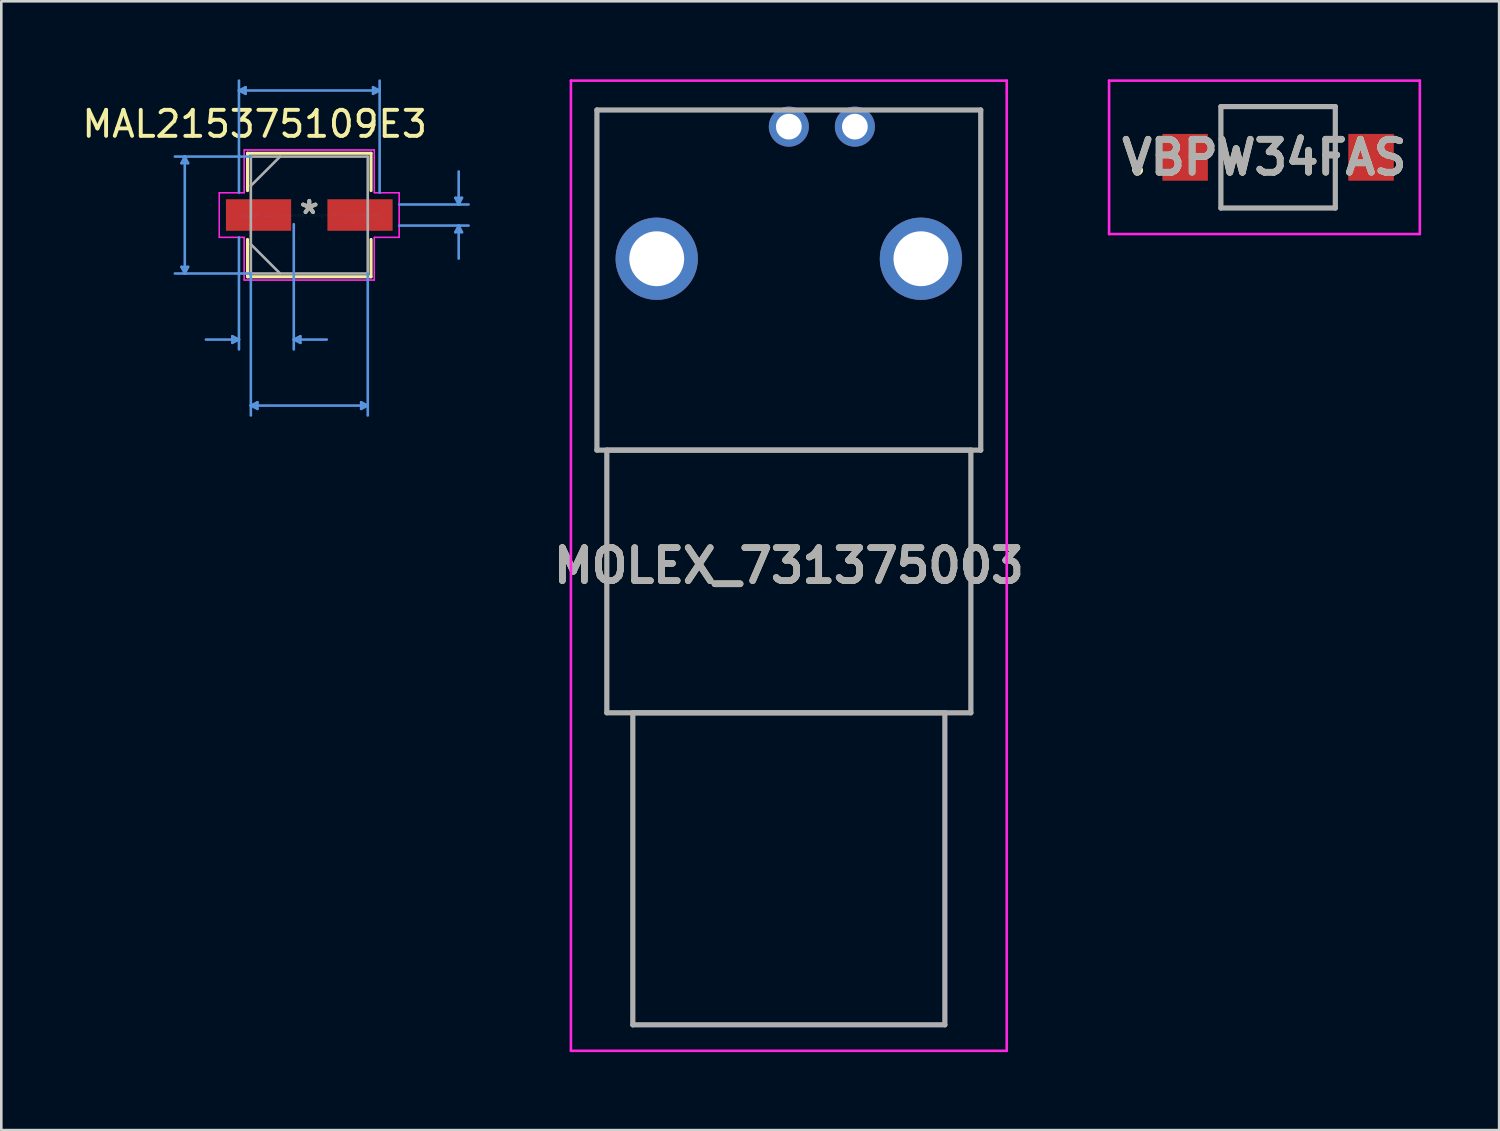
<source format=kicad_pcb>
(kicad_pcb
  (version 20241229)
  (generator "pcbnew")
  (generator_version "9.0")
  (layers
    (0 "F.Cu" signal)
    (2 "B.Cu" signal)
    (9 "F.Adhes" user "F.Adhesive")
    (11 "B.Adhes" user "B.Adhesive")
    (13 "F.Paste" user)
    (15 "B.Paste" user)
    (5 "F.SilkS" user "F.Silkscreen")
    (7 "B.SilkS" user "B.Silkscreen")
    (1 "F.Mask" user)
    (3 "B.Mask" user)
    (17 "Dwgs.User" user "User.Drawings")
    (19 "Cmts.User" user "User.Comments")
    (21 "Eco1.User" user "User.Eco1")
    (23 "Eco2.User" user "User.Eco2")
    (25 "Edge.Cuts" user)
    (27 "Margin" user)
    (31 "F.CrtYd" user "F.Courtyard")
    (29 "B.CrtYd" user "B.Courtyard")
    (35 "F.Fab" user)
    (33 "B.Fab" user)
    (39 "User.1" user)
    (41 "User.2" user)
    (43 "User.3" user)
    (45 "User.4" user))
  (footprint "VBPW34FAS"
    (layer "F.Cu")
    (at 46.1 3)
    (property "Reference" "VBPW34FAS" (at -0.525 0 0) (layer "F.SilkS") (effects (font (size 1.27 1.27) (thickness 0.254))))
    (attr smd)
    (fp_line (start -5.5 0.5) (end -5.5 0.5) (stroke (width 0.2) (type solid)) (layer "F.SilkS"))
    (fp_line (start -5.3 0.5) (end -5.3 0.5) (stroke (width 0.2) (type solid)) (layer "F.SilkS"))
    (fp_line (start -2.2 -1.95) (end 2.2 -1.95) (stroke (width 0.1) (type solid)) (layer "F.SilkS"))
    (fp_line (start -2.2 1.95) (end -2.2 -1.95) (stroke (width 0.1) (type solid)) (layer "F.SilkS"))
    (fp_line (start 2.2 -1.95) (end 2.2 1.95) (stroke (width 0.1) (type solid)) (layer "F.SilkS"))
    (fp_line (start 2.2 1.95) (end -2.2 1.95) (stroke (width 0.1) (type solid)) (layer "F.SilkS"))
    (fp_arc (start -5.5 0.5) (mid -5.4 0.4) (end -5.3 0.5) (stroke (width 0.2) (type solid)) (layer "F.SilkS"))
    (fp_arc (start -5.3 0.5) (mid -5.4 0.6) (end -5.5 0.5) (stroke (width 0.2) (type solid)) (layer "F.SilkS"))
    (fp_line (start -6.5 -2.95) (end 5.45 -2.95) (stroke (width 0.1) (type solid)) (layer "F.CrtYd"))
    (fp_line (start -6.5 2.95) (end -6.5 -2.95) (stroke (width 0.1) (type solid)) (layer "F.CrtYd"))
    (fp_line (start 5.45 -2.95) (end 5.45 2.95) (stroke (width 0.1) (type solid)) (layer "F.CrtYd"))
    (fp_line (start 5.45 2.95) (end -6.5 2.95) (stroke (width 0.1) (type solid)) (layer "F.CrtYd"))
    (fp_line (start -2.2 -1.95) (end 2.2 -1.95) (stroke (width 0.2) (type solid)) (layer "F.Fab"))
    (fp_line (start -2.2 1.95) (end -2.2 -1.95) (stroke (width 0.2) (type solid)) (layer "F.Fab"))
    (fp_line (start 2.2 -1.95) (end 2.2 1.95) (stroke (width 0.2) (type solid)) (layer "F.Fab"))
    (fp_line (start 2.2 1.95) (end -2.2 1.95) (stroke (width 0.2) (type solid)) (layer "F.Fab"))
    (fp_text user "${REFERENCE}" (at -0.525 0 0) (layer "F.Fab") (effects (font (size 1.27 1.27) (thickness 0.254))))
    (pad "1" smd rect (at -3.575 0) (size 1.75 1.8) (layers "F.Cu" "F.Mask" "F.Paste"))
    (pad "2" smd rect (at 3.575 0) (size 1.75 1.8) (layers "F.Cu" "F.Mask" "F.Paste")))
  (footprint "MOLEX_731375003"
    (layer "F.Cu")
    (at 27.285 1.82)
    (property "Reference" "MOLEX_731375003" (at 0 16.885 0) (layer "F.SilkS") (effects (font (size 1.27 1.27) (thickness 0.254))))
    (attr through_hole)
    (fp_line (start -7.38 -0.64) (end -7.38 12.44) (stroke (width 0.1) (type solid)) (layer "F.SilkS"))
    (fp_line (start -7.38 12.44) (end 7.38 12.44) (stroke (width 0.1) (type solid)) (layer "F.SilkS"))
    (fp_line (start -1.5 -0.64) (end -7.38 -0.64) (stroke (width 0.1) (type solid)) (layer "F.SilkS"))
    (fp_line (start 7.38 -0.64) (end 4 -0.64) (stroke (width 0.1) (type solid)) (layer "F.SilkS"))
    (fp_line (start 7.38 12.44) (end 7.38 -0.64) (stroke (width 0.1) (type solid)) (layer "F.SilkS"))
    (fp_line (start -8.38 -1.77) (end 8.38 -1.77) (stroke (width 0.1) (type solid)) (layer "F.CrtYd"))
    (fp_line (start -8.38 35.54) (end -8.38 -1.77) (stroke (width 0.1) (type solid)) (layer "F.CrtYd"))
    (fp_line (start 8.38 -1.77) (end 8.38 35.54) (stroke (width 0.1) (type solid)) (layer "F.CrtYd"))
    (fp_line (start 8.38 35.54) (end -8.38 35.54) (stroke (width 0.1) (type solid)) (layer "F.CrtYd"))
    (fp_line (start -7.38 -0.64) (end 7.38 -0.64) (stroke (width 0.2) (type solid)) (layer "F.Fab"))
    (fp_line (start -7.38 12.44) (end -7.38 -0.64) (stroke (width 0.2) (type solid)) (layer "F.Fab"))
    (fp_line (start -7 12.44) (end 7 12.44) (stroke (width 0.2) (type solid)) (layer "F.Fab"))
    (fp_line (start -7 22.54) (end -7 12.44) (stroke (width 0.2) (type solid)) (layer "F.Fab"))
    (fp_line (start -6 22.54) (end 6 22.54) (stroke (width 0.2) (type solid)) (layer "F.Fab"))
    (fp_line (start -6 34.54) (end -6 22.54) (stroke (width 0.2) (type solid)) (layer "F.Fab"))
    (fp_line (start 6 22.54) (end 6 34.54) (stroke (width 0.2) (type solid)) (layer "F.Fab"))
    (fp_line (start 6 34.54) (end -6 34.54) (stroke (width 0.2) (type solid)) (layer "F.Fab"))
    (fp_line (start 7 12.44) (end 7 22.54) (stroke (width 0.2) (type solid)) (layer "F.Fab"))
    (fp_line (start 7 22.54) (end -7 22.54) (stroke (width 0.2) (type solid)) (layer "F.Fab"))
    (fp_line (start 7.38 -0.64) (end 7.38 12.44) (stroke (width 0.2) (type solid)) (layer "F.Fab"))
    (fp_line (start 7.38 12.44) (end -7.38 12.44) (stroke (width 0.2) (type solid)) (layer "F.Fab"))
    (fp_text user "${REFERENCE}" (at 0 16.885 0) (layer "F.Fab") (effects (font (size 1.27 1.27) (thickness 0.254))))
    (pad "" thru_hole circle (at -5.08 5.08) (size 3.165 3.165) (drill 2.11) (layers "*.Cu" "*.Mask"))
    (pad "" thru_hole circle (at 5.08 5.08) (size 3.165 3.165) (drill 2.11) (layers "*.Cu" "*.Mask"))
    (pad "1" thru_hole circle (at 0 0) (size 1.54 1.54) (drill 0.99) (layers "*.Cu" "*.Mask"))
    (pad "2" thru_hole circle (at 2.54 0) (size 1.54 1.54) (drill 0.99) (layers "*.Cu" "*.Mask")))
  (footprint "MAL215375109E3"
    (layer "F.Cu")
    (at 8.844 5.219)
    (property "Reference" "MAL215375109E3" (at -2.1 -3.5 0) (layer "F.SilkS") (effects (font (size 1 1) (thickness 0.15))))
    (attr through_hole)
    (fp_line (start -2.375 -2.375) (end -2.375 -0.939) (stroke (width 0.12) (type solid)) (layer "F.SilkS"))
    (fp_line (start -2.375 0.939) (end -2.375 2.375) (stroke (width 0.12) (type solid)) (layer "F.SilkS"))
    (fp_line (start -2.375 2.375) (end 2.375 2.375) (stroke (width 0.12) (type solid)) (layer "F.SilkS"))
    (fp_line (start 2.375 -2.375) (end -2.375 -2.375) (stroke (width 0.12) (type solid)) (layer "F.SilkS"))
    (fp_line (start 2.375 -0.939) (end 2.375 -2.375) (stroke (width 0.12) (type solid)) (layer "F.SilkS"))
    (fp_line (start 2.375 2.375) (end 2.375 0.939) (stroke (width 0.12) (type solid)) (layer "F.SilkS"))
    (fp_line (start -4.915 -1.994) (end -4.661 -1.994) (stroke (width 0.1) (type solid)) (layer "Cmts.User"))
    (fp_line (start -4.915 1.994) (end -4.661 1.994) (stroke (width 0.1) (type solid)) (layer "Cmts.User"))
    (fp_line (start -4.788 -2.248) (end -4.915 -1.994) (stroke (width 0.1) (type solid)) (layer "Cmts.User"))
    (fp_line (start -4.788 -2.248) (end -4.788 2.248) (stroke (width 0.1) (type solid)) (layer "Cmts.User"))
    (fp_line (start -4.788 -2.248) (end -4.661 -1.994) (stroke (width 0.1) (type solid)) (layer "Cmts.User"))
    (fp_line (start -4.788 2.248) (end -4.915 1.994) (stroke (width 0.1) (type solid)) (layer "Cmts.User"))
    (fp_line (start -4.788 2.248) (end -4.661 1.994) (stroke (width 0.1) (type solid)) (layer "Cmts.User"))
    (fp_line (start -2.959 4.661) (end -2.959 4.915) (stroke (width 0.1) (type solid)) (layer "Cmts.User"))
    (fp_line (start -2.705 -4.788) (end -2.451 -4.915) (stroke (width 0.1) (type solid)) (layer "Cmts.User"))
    (fp_line (start -2.705 -4.788) (end -2.451 -4.661) (stroke (width 0.1) (type solid)) (layer "Cmts.User"))
    (fp_line (start -2.705 -4.788) (end 2.705 -4.788) (stroke (width 0.1) (type solid)) (layer "Cmts.User"))
    (fp_line (start -2.705 -0.86) (end -2.705 -5.169) (stroke (width 0.1) (type solid)) (layer "Cmts.User"))
    (fp_line (start -2.705 0.86) (end -2.705 5.169) (stroke (width 0.1) (type solid)) (layer "Cmts.User"))
    (fp_line (start -2.705 4.788) (end -3.975 4.788) (stroke (width 0.1) (type solid)) (layer "Cmts.User"))
    (fp_line (start -2.705 4.788) (end -2.959 4.661) (stroke (width 0.1) (type solid)) (layer "Cmts.User"))
    (fp_line (start -2.705 4.788) (end -2.959 4.915) (stroke (width 0.1) (type solid)) (layer "Cmts.User"))
    (fp_line (start -2.451 -4.915) (end -2.451 -4.661) (stroke (width 0.1) (type solid)) (layer "Cmts.User"))
    (fp_line (start -2.248 -2.248) (end -5.169 -2.248) (stroke (width 0.1) (type solid)) (layer "Cmts.User"))
    (fp_line (start -2.248 2.248) (end -5.169 2.248) (stroke (width 0.1) (type solid)) (layer "Cmts.User"))
    (fp_line (start -2.248 2.248) (end -2.248 7.709) (stroke (width 0.1) (type solid)) (layer "Cmts.User"))
    (fp_line (start -2.248 7.328) (end -1.994 7.201) (stroke (width 0.1) (type solid)) (layer "Cmts.User"))
    (fp_line (start -2.248 7.328) (end -1.994 7.455) (stroke (width 0.1) (type solid)) (layer "Cmts.User"))
    (fp_line (start -2.248 7.328) (end 2.248 7.328) (stroke (width 0.1) (type solid)) (layer "Cmts.User"))
    (fp_line (start -1.994 7.201) (end -1.994 7.455) (stroke (width 0.1) (type solid)) (layer "Cmts.User"))
    (fp_line (start -0.597 0.352) (end -0.597 5.169) (stroke (width 0.1) (type solid)) (layer "Cmts.User"))
    (fp_line (start -0.597 4.788) (end -0.343 4.661) (stroke (width 0.1) (type solid)) (layer "Cmts.User"))
    (fp_line (start -0.597 4.788) (end -0.343 4.915) (stroke (width 0.1) (type solid)) (layer "Cmts.User"))
    (fp_line (start -0.597 4.788) (end 0.673 4.788) (stroke (width 0.1) (type solid)) (layer "Cmts.User"))
    (fp_line (start -0.343 4.661) (end -0.343 4.915) (stroke (width 0.1) (type solid)) (layer "Cmts.User"))
    (fp_line (start 1.994 7.201) (end 1.994 7.455) (stroke (width 0.1) (type solid)) (layer "Cmts.User"))
    (fp_line (start 2.248 2.248) (end 2.248 7.709) (stroke (width 0.1) (type solid)) (layer "Cmts.User"))
    (fp_line (start 2.248 7.328) (end 1.994 7.201) (stroke (width 0.1) (type solid)) (layer "Cmts.User"))
    (fp_line (start 2.248 7.328) (end 1.994 7.455) (stroke (width 0.1) (type solid)) (layer "Cmts.User"))
    (fp_line (start 2.451 -4.915) (end 2.451 -4.661) (stroke (width 0.1) (type solid)) (layer "Cmts.User"))
    (fp_line (start 2.705 -4.788) (end 2.451 -4.915) (stroke (width 0.1) (type solid)) (layer "Cmts.User"))
    (fp_line (start 2.705 -4.788) (end 2.451 -4.661) (stroke (width 0.1) (type solid)) (layer "Cmts.User"))
    (fp_line (start 2.705 -0.86) (end 2.705 -5.169) (stroke (width 0.1) (type solid)) (layer "Cmts.User"))
    (fp_line (start 3.459 -0.406) (end 6.126 -0.406) (stroke (width 0.1) (type solid)) (layer "Cmts.User"))
    (fp_line (start 3.459 0.406) (end 6.126 0.406) (stroke (width 0.1) (type solid)) (layer "Cmts.User"))
    (fp_line (start 5.618 -0.66) (end 5.872 -0.66) (stroke (width 0.1) (type solid)) (layer "Cmts.User"))
    (fp_line (start 5.618 0.66) (end 5.872 0.66) (stroke (width 0.1) (type solid)) (layer "Cmts.User"))
    (fp_line (start 5.745 -0.406) (end 5.618 -0.66) (stroke (width 0.1) (type solid)) (layer "Cmts.User"))
    (fp_line (start 5.745 -0.406) (end 5.745 -1.676) (stroke (width 0.1) (type solid)) (layer "Cmts.User"))
    (fp_line (start 5.745 -0.406) (end 5.872 -0.66) (stroke (width 0.1) (type solid)) (layer "Cmts.User"))
    (fp_line (start 5.745 0.406) (end 5.618 0.66) (stroke (width 0.1) (type solid)) (layer "Cmts.User"))
    (fp_line (start 5.745 0.406) (end 5.745 1.676) (stroke (width 0.1) (type solid)) (layer "Cmts.User"))
    (fp_line (start 5.745 0.406) (end 5.872 0.66) (stroke (width 0.1) (type solid)) (layer "Cmts.User"))
    (fp_line (start -3.459 -0.86) (end -2.502 -0.86) (stroke (width 0.05) (type solid)) (layer "F.CrtYd"))
    (fp_line (start -3.459 -0.86) (end -2.502 -0.86) (stroke (width 0.05) (type solid)) (layer "F.CrtYd"))
    (fp_line (start -3.459 0.86) (end -3.459 -0.86) (stroke (width 0.05) (type solid)) (layer "F.CrtYd"))
    (fp_line (start -3.459 0.86) (end -3.459 -0.86) (stroke (width 0.05) (type solid)) (layer "F.CrtYd"))
    (fp_line (start -2.502 -2.502) (end 2.502 -2.502) (stroke (width 0.05) (type solid)) (layer "F.CrtYd"))
    (fp_line (start -2.502 -2.502) (end 2.502 -2.502) (stroke (width 0.05) (type solid)) (layer "F.CrtYd"))
    (fp_line (start -2.502 -0.86) (end -2.502 -2.502) (stroke (width 0.05) (type solid)) (layer "F.CrtYd"))
    (fp_line (start -2.502 -0.86) (end -2.502 -2.502) (stroke (width 0.05) (type solid)) (layer "F.CrtYd"))
    (fp_line (start -2.502 0.86) (end -3.459 0.86) (stroke (width 0.05) (type solid)) (layer "F.CrtYd"))
    (fp_line (start -2.502 0.86) (end -3.459 0.86) (stroke (width 0.05) (type solid)) (layer "F.CrtYd"))
    (fp_line (start -2.502 2.502) (end -2.502 0.86) (stroke (width 0.05) (type solid)) (layer "F.CrtYd"))
    (fp_line (start -2.502 2.502) (end -2.502 0.86) (stroke (width 0.05) (type solid)) (layer "F.CrtYd"))
    (fp_line (start 2.502 -2.502) (end 2.502 -0.86) (stroke (width 0.05) (type solid)) (layer "F.CrtYd"))
    (fp_line (start 2.502 -2.502) (end 2.502 -0.86) (stroke (width 0.05) (type solid)) (layer "F.CrtYd"))
    (fp_line (start 2.502 -0.86) (end 3.459 -0.86) (stroke (width 0.05) (type solid)) (layer "F.CrtYd"))
    (fp_line (start 2.502 -0.86) (end 3.459 -0.86) (stroke (width 0.05) (type solid)) (layer "F.CrtYd"))
    (fp_line (start 2.502 0.86) (end 2.502 2.502) (stroke (width 0.05) (type solid)) (layer "F.CrtYd"))
    (fp_line (start 2.502 0.86) (end 2.502 2.502) (stroke (width 0.05) (type solid)) (layer "F.CrtYd"))
    (fp_line (start 2.502 2.502) (end -2.502 2.502) (stroke (width 0.05) (type solid)) (layer "F.CrtYd"))
    (fp_line (start 2.502 2.502) (end -2.502 2.502) (stroke (width 0.05) (type solid)) (layer "F.CrtYd"))
    (fp_line (start 3.459 -0.86) (end 3.459 0.86) (stroke (width 0.05) (type solid)) (layer "F.CrtYd"))
    (fp_line (start 3.459 -0.86) (end 3.459 0.86) (stroke (width 0.05) (type solid)) (layer "F.CrtYd"))
    (fp_line (start 3.459 0.86) (end 2.502 0.86) (stroke (width 0.05) (type solid)) (layer "F.CrtYd"))
    (fp_line (start 3.459 0.86) (end 2.502 0.86) (stroke (width 0.05) (type solid)) (layer "F.CrtYd"))
    (fp_line (start -2.248 -2.248) (end -2.248 2.248) (stroke (width 0.1) (type solid)) (layer "F.Fab"))
    (fp_line (start -2.248 -1.124) (end -1.124 -2.248) (stroke (width 0.1) (type solid)) (layer "F.Fab"))
    (fp_line (start -2.248 1.124) (end -1.124 2.248) (stroke (width 0.1) (type solid)) (layer "F.Fab"))
    (fp_line (start -2.248 2.248) (end 2.248 2.248) (stroke (width 0.1) (type solid)) (layer "F.Fab"))
    (fp_line (start 2.248 -2.248) (end -2.248 -2.248) (stroke (width 0.1) (type solid)) (layer "F.Fab"))
    (fp_line (start 2.248 2.248) (end 2.248 -2.248) (stroke (width 0.1) (type solid)) (layer "F.Fab"))
    (fp_text user "*" (at 0 0 0) (layer "F.SilkS") (effects (font (size 1 1) (thickness 0.15))))
    (fp_text user "Copyright 2021 Accelerated Designs. All rights reserved." (at 0 0 0) (layer "Cmts.User") (effects (font (size 0.127 0.127) (thickness 0.002))))
    (fp_text user "*" (at 0 0 0) (layer "F.Fab") (effects (font (size 1 1) (thickness 0.15))))
    (pad "1" smd rect (at -1.951 0) (size 2.508 1.213) (layers "F.Cu" "F.Mask" "F.Paste"))
    (pad "2" smd rect (at 1.951 0) (size 2.508 1.213) (layers "F.Cu" "F.Mask" "F.Paste")))
  (gr_rect
    (start -3 -3)
    (end 54.6 40.41)
    (stroke (width 0.1) (type default))
    (fill no)
    (layer "Edge.Cuts")))
</source>
